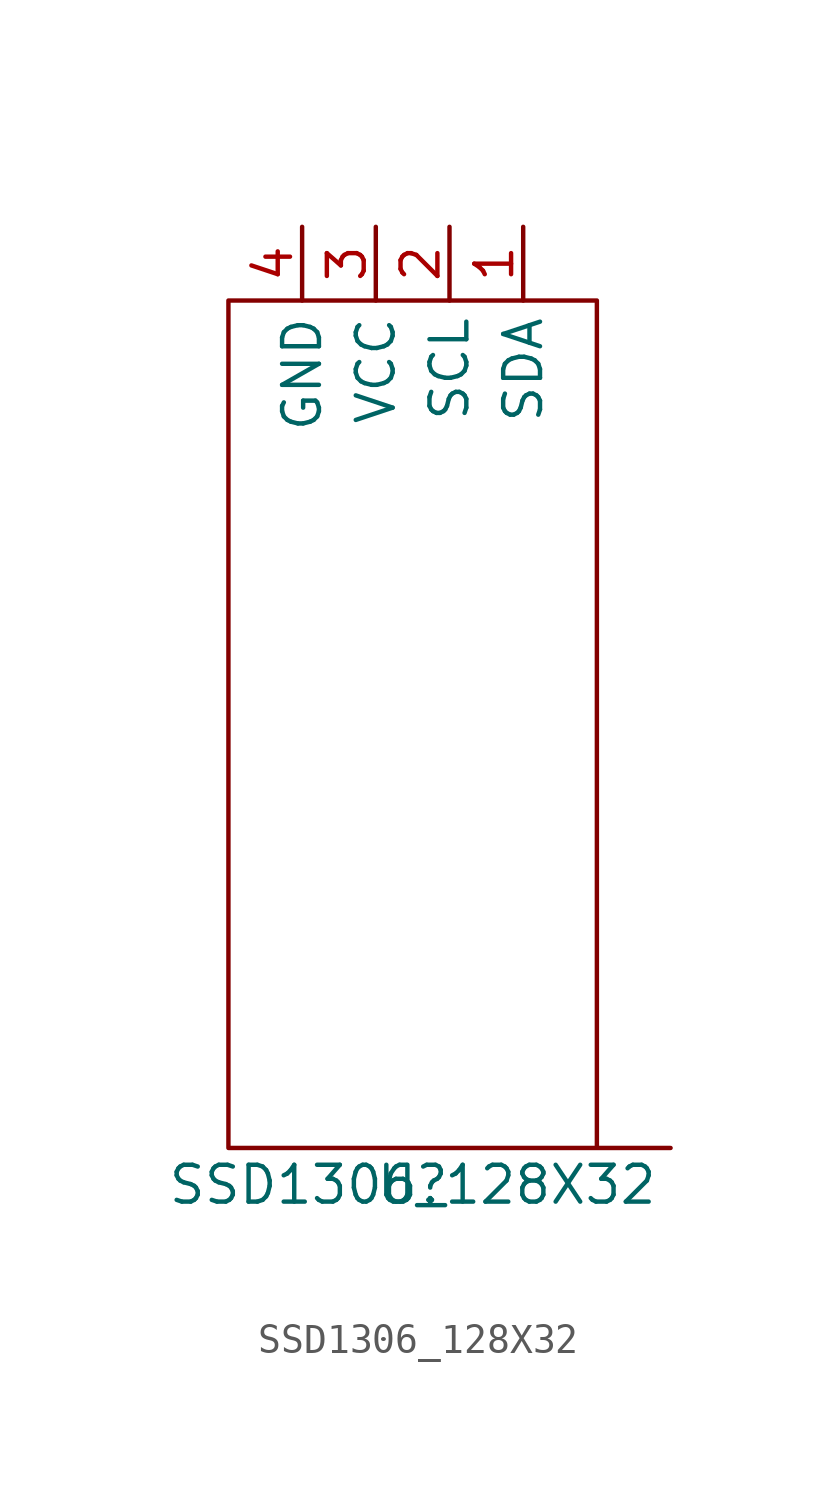
<source format=kicad_sym>
(kicad_symbol_lib
  (version 20211014)
  (generator kicad_symbol_editor)
  (symbol "SSD1306_128X32"
    (property "Reference" "U"
      (at 0 0 0)
      (effects (font (size 1.27 1.27))))
    (property "Value" "SSD1306_128X32"
      (at 0 0 0)
      (effects (font (size 1.27 1.27))))
    (symbol "SSD1306_128X32_0_1"
      (polyline (pts (xy 6.35 1.27) (xy 6.35 30.48) (xy -6.35 30.48) (xy -6.35 1.27) (xy 8.89 1.27)) (stroke (width 0) (type default) (color 0 0 0 0)) (fill (type none))))
    (symbol "SSD1306_128X32_1_1"
      (pin input line (at 3.81 33.02 270) (length 2.54) (name "SDA" (effects (font (size 1.27 1.27)))) (number "1" (effects (font (size 1.27 1.27)))))
      (pin input line (at 1.27 33.02 270) (length 2.54) (name "SCL" (effects (font (size 1.27 1.27)))) (number "2" (effects (font (size 1.27 1.27)))))
      (pin input line (at -1.27 33.02 270) (length 2.54) (name "VCC" (effects (font (size 1.27 1.27)))) (number "3" (effects (font (size 1.27 1.27)))))
      (pin input line (at -3.81 33.02 270) (length 2.54) (name "GND" (effects (font (size 1.27 1.27)))) (number "4" (effects (font (size 1.27 1.27))))))))
</source>
